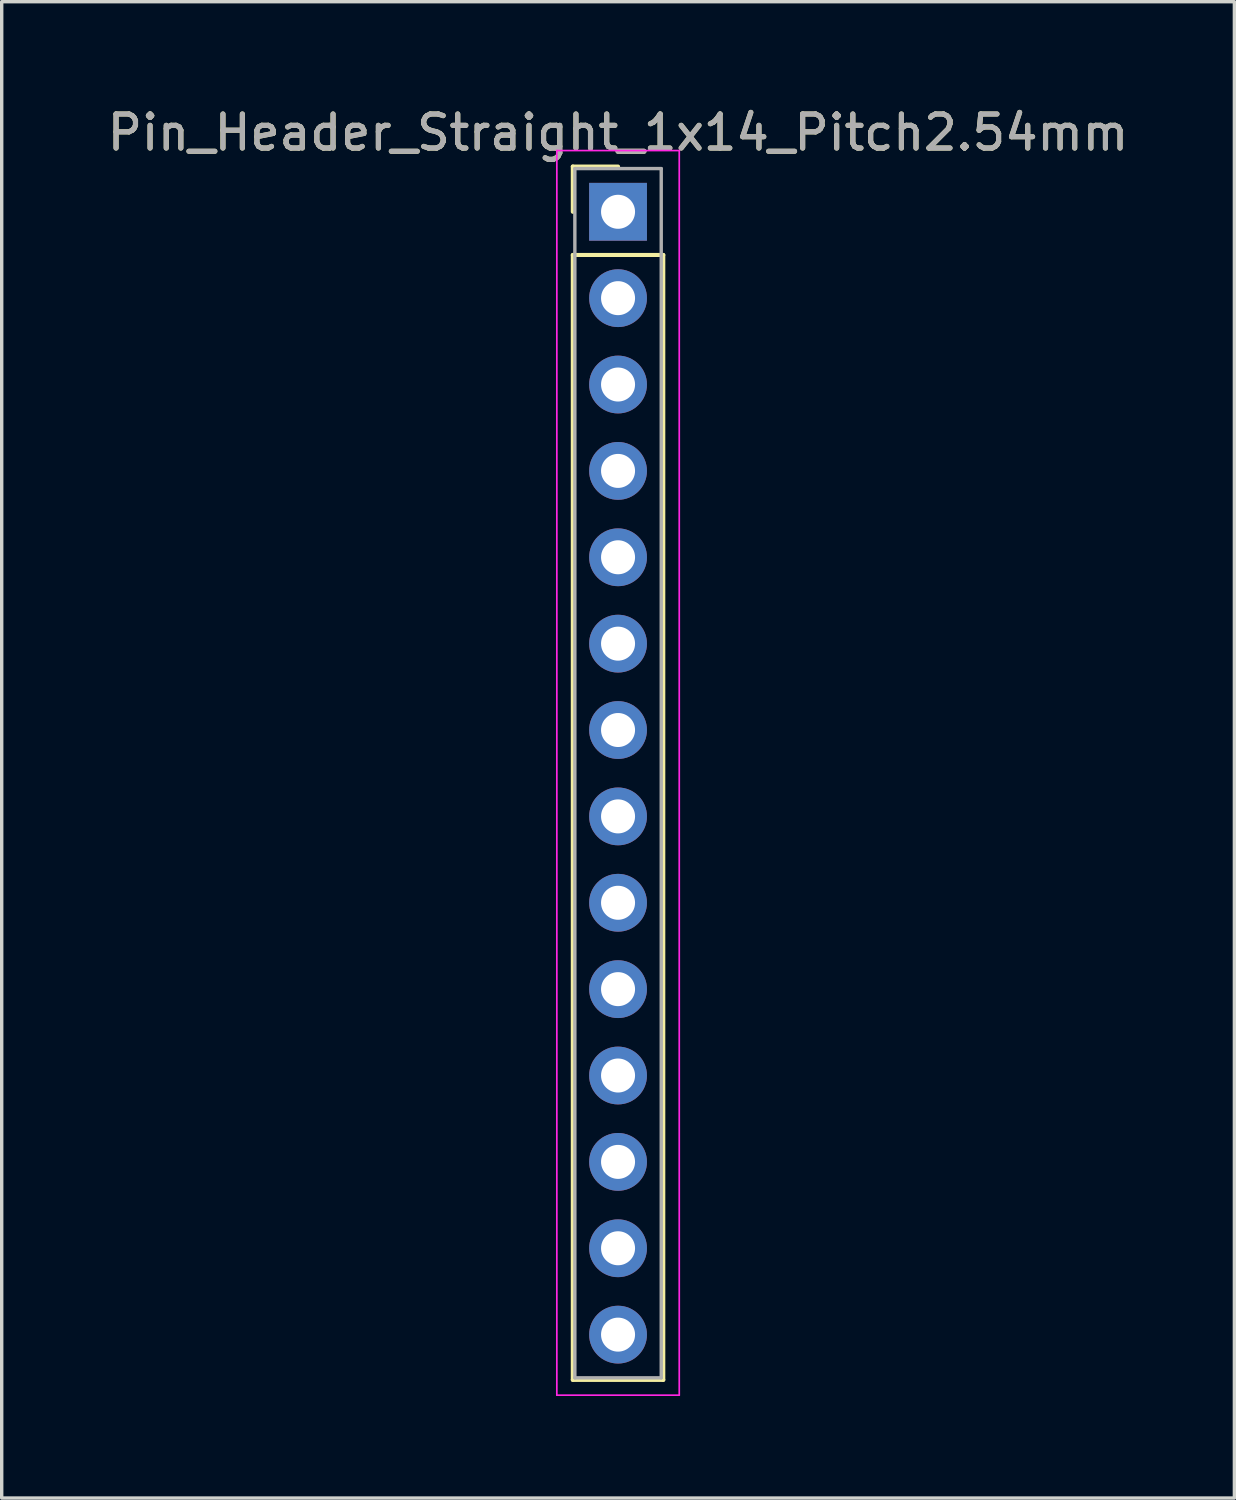
<source format=kicad_pcb>
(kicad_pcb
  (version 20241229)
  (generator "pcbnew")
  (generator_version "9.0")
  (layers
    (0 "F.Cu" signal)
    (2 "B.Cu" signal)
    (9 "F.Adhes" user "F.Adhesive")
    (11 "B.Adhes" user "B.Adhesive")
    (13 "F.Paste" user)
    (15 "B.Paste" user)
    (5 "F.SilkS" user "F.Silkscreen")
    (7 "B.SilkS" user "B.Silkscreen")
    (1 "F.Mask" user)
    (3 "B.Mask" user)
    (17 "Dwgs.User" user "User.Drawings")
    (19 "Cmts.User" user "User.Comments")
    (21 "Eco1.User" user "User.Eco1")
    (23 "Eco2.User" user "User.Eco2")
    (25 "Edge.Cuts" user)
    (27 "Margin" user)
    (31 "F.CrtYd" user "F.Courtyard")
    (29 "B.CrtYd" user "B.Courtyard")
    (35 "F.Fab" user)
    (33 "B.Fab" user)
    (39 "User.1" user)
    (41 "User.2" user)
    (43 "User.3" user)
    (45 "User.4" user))
  (footprint "Pin_Header_Straight_1x14_Pitch2.54mm"
    (layer "F.Cu")
    (at 15.125 3.178)
    (property "Reference" "Pin_Header_Straight_1x14_Pitch2.54mm" (at 0 -2.33 0) (layer "F.SilkS") (effects (font (size 1 1) (thickness 0.15))))
    (attr through_hole)
    (fp_line (start -1.33 -1.33) (end 0 -1.33) (stroke (width 0.12) (type solid)) (layer "F.SilkS"))
    (fp_line (start -1.33 0) (end -1.33 -1.33) (stroke (width 0.12) (type solid)) (layer "F.SilkS"))
    (fp_line (start -1.33 1.27) (end -1.33 34.35) (stroke (width 0.12) (type solid)) (layer "F.SilkS"))
    (fp_line (start -1.33 34.35) (end 1.33 34.35) (stroke (width 0.12) (type solid)) (layer "F.SilkS"))
    (fp_line (start 1.33 1.27) (end -1.33 1.27) (stroke (width 0.12) (type solid)) (layer "F.SilkS"))
    (fp_line (start 1.33 34.35) (end 1.33 1.27) (stroke (width 0.12) (type solid)) (layer "F.SilkS"))
    (fp_line (start -1.8 -1.8) (end -1.8 34.8) (stroke (width 0.05) (type solid)) (layer "F.CrtYd"))
    (fp_line (start -1.8 34.8) (end 1.8 34.8) (stroke (width 0.05) (type solid)) (layer "F.CrtYd"))
    (fp_line (start 1.8 -1.8) (end -1.8 -1.8) (stroke (width 0.05) (type solid)) (layer "F.CrtYd"))
    (fp_line (start 1.8 34.8) (end 1.8 -1.8) (stroke (width 0.05) (type solid)) (layer "F.CrtYd"))
    (fp_line (start -1.27 -1.27) (end -1.27 34.29) (stroke (width 0.1) (type solid)) (layer "F.Fab"))
    (fp_line (start -1.27 34.29) (end 1.27 34.29) (stroke (width 0.1) (type solid)) (layer "F.Fab"))
    (fp_line (start 1.27 -1.27) (end -1.27 -1.27) (stroke (width 0.1) (type solid)) (layer "F.Fab"))
    (fp_line (start 1.27 34.29) (end 1.27 -1.27) (stroke (width 0.1) (type solid)) (layer "F.Fab"))
    (fp_text user "${REFERENCE}" (at 0 -2.33 0) (layer "F.Fab") (effects (font (size 1 1) (thickness 0.15))))
    (pad "1" thru_hole rect (at 0 0) (size 1.7 1.7) (drill 1) (layers "*.Cu" "*.Mask"))
    (pad "2" thru_hole oval (at 0 2.54) (size 1.7 1.7) (drill 1) (layers "*.Cu" "*.Mask"))
    (pad "3" thru_hole oval (at 0 5.08) (size 1.7 1.7) (drill 1) (layers "*.Cu" "*.Mask"))
    (pad "4" thru_hole oval (at 0 7.62) (size 1.7 1.7) (drill 1) (layers "*.Cu" "*.Mask"))
    (pad "5" thru_hole oval (at 0 10.16) (size 1.7 1.7) (drill 1) (layers "*.Cu" "*.Mask"))
    (pad "6" thru_hole oval (at 0 12.7) (size 1.7 1.7) (drill 1) (layers "*.Cu" "*.Mask"))
    (pad "7" thru_hole oval (at 0 15.24) (size 1.7 1.7) (drill 1) (layers "*.Cu" "*.Mask"))
    (pad "8" thru_hole oval (at 0 17.78) (size 1.7 1.7) (drill 1) (layers "*.Cu" "*.Mask"))
    (pad "9" thru_hole oval (at 0 20.32) (size 1.7 1.7) (drill 1) (layers "*.Cu" "*.Mask"))
    (pad "10" thru_hole oval (at 0 22.86) (size 1.7 1.7) (drill 1) (layers "*.Cu" "*.Mask"))
    (pad "11" thru_hole oval (at 0 25.4) (size 1.7 1.7) (drill 1) (layers "*.Cu" "*.Mask"))
    (pad "12" thru_hole oval (at 0 27.94) (size 1.7 1.7) (drill 1) (layers "*.Cu" "*.Mask"))
    (pad "13" thru_hole oval (at 0 30.48) (size 1.7 1.7) (drill 1) (layers "*.Cu" "*.Mask"))
    (pad "14" thru_hole oval (at 0 33.02) (size 1.7 1.7) (drill 1) (layers "*.Cu" "*.Mask")))
  (gr_rect
    (start -3 -3)
    (end 33.25 41.003)
    (stroke (width 0.1) (type default))
    (fill no)
    (layer "Edge.Cuts")))
</source>
